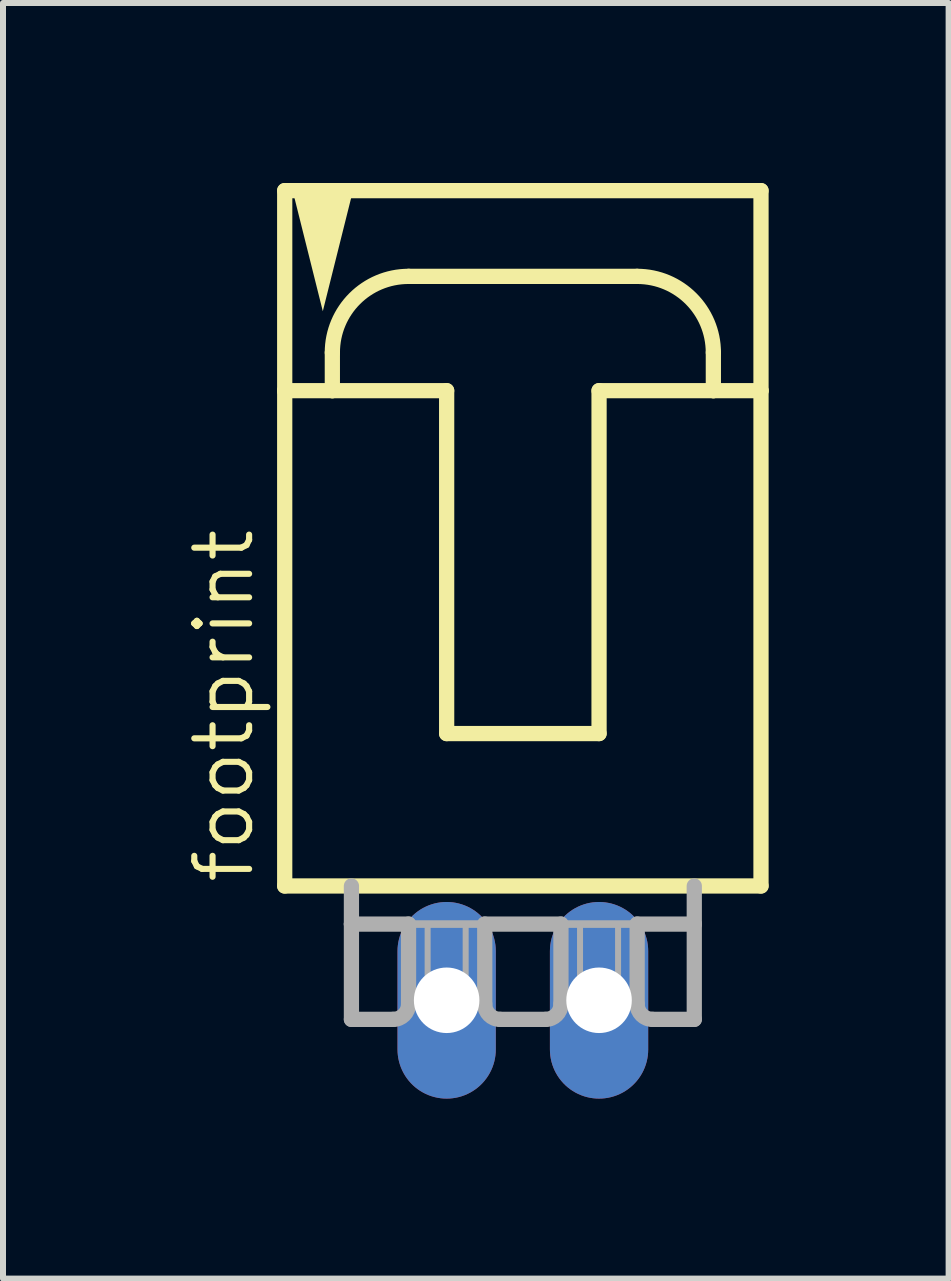
<source format=kicad_pcb>
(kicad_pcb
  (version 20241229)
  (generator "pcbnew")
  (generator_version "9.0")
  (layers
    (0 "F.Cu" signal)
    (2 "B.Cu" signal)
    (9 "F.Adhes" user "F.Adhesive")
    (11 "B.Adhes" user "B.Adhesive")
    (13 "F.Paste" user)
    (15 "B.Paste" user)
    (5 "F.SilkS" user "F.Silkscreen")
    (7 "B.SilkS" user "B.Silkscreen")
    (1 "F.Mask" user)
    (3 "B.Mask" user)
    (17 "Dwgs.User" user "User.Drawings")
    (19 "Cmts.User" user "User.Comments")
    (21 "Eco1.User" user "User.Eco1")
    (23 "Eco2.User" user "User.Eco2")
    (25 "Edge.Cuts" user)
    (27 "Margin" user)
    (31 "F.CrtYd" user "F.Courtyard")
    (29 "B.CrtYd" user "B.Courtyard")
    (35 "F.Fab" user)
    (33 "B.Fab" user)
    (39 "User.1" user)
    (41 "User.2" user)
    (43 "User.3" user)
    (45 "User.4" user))
  (footprint "footprint"
    (layer "F.Cu")
    (at 5.664 6.001)
    (property "Reference" "footprint" (at -4.445 5.715 90) (layer "F.SilkS") (effects (font (size 0.914 0.914) (thickness 0.102)) (justify left bottom)))
    (fp_line (start -3.969 -5.874) (end -3.969 -2.54) (stroke (width 0.254) (type solid)) (layer "F.SilkS"))
    (fp_line (start -3.969 -2.54) (end -3.969 5.715) (stroke (width 0.254) (type solid)) (layer "F.SilkS"))
    (fp_line (start -3.969 -2.54) (end -3.175 -2.54) (stroke (width 0.254) (type solid)) (layer "F.SilkS"))
    (fp_line (start -3.969 5.715) (end 3.969 5.715) (stroke (width 0.254) (type solid)) (layer "F.SilkS"))
    (fp_line (start -3.175 -2.54) (end -3.175 -3.175) (stroke (width 0.254) (type solid)) (layer "F.SilkS"))
    (fp_line (start -3.175 -2.54) (end -1.27 -2.54) (stroke (width 0.254) (type solid)) (layer "F.SilkS"))
    (fp_line (start -1.905 -4.445) (end 1.905 -4.445) (stroke (width 0.254) (type solid)) (layer "F.SilkS"))
    (fp_line (start -1.27 -2.54) (end -1.27 3.175) (stroke (width 0.254) (type solid)) (layer "F.SilkS"))
    (fp_line (start -1.27 3.175) (end 1.27 3.175) (stroke (width 0.254) (type solid)) (layer "F.SilkS"))
    (fp_line (start 1.27 -2.54) (end 3.175 -2.54) (stroke (width 0.254) (type solid)) (layer "F.SilkS"))
    (fp_line (start 1.27 3.175) (end 1.27 -2.54) (stroke (width 0.254) (type solid)) (layer "F.SilkS"))
    (fp_line (start 3.175 -3.175) (end 3.175 -2.54) (stroke (width 0.254) (type solid)) (layer "F.SilkS"))
    (fp_line (start 3.175 -2.54) (end 3.969 -2.54) (stroke (width 0.254) (type solid)) (layer "F.SilkS"))
    (fp_line (start 3.969 -5.874) (end -3.969 -5.874) (stroke (width 0.254) (type solid)) (layer "F.SilkS"))
    (fp_line (start 3.969 -2.54) (end 3.969 -5.874) (stroke (width 0.254) (type solid)) (layer "F.SilkS"))
    (fp_line (start 3.969 5.715) (end 3.969 -2.54) (stroke (width 0.254) (type solid)) (layer "F.SilkS"))
    (fp_arc (start -3.175 -3.175) (mid -2.803026 -4.073026) (end -1.905 -4.445) (stroke (width 0.254) (type solid)) (layer "F.SilkS"))
    (fp_arc (start 1.905 -4.445) (mid 2.803026 -4.073026) (end 3.175 -3.175) (stroke (width 0.254) (type solid)) (layer "F.SilkS"))
    (fp_poly (pts (xy -3.334 -3.864) (xy -3.843 -5.899) (xy -2.825 -5.899)) (stroke (width 0) (type solid)) (fill yes) (layer "F.SilkS"))
    (fp_line (start -2.857 5.715) (end -2.857 6.35) (stroke (width 0.254) (type solid)) (layer "F.Fab"))
    (fp_line (start -2.857 6.35) (end -2.857 7.938) (stroke (width 0.254) (type solid)) (layer "F.Fab"))
    (fp_line (start -2.857 6.35) (end -1.905 6.35) (stroke (width 0.254) (type solid)) (layer "F.Fab"))
    (fp_line (start -2.159 7.938) (end -2.857 7.938) (stroke (width 0.254) (type solid)) (layer "F.Fab"))
    (fp_line (start -1.905 6.35) (end -1.905 7.684) (stroke (width 0.254) (type solid)) (layer "F.Fab"))
    (fp_line (start -1.905 6.35) (end -0.635 6.35) (stroke (width 0.127) (type solid)) (layer "F.Fab"))
    (fp_line (start -0.635 6.35) (end -0.635 7.684) (stroke (width 0.254) (type solid)) (layer "F.Fab"))
    (fp_line (start -0.635 6.35) (end 0.635 6.35) (stroke (width 0.254) (type solid)) (layer "F.Fab"))
    (fp_line (start 0.381 7.938) (end -0.381 7.938) (stroke (width 0.254) (type solid)) (layer "F.Fab"))
    (fp_line (start 0.635 6.35) (end 0.635 7.684) (stroke (width 0.254) (type solid)) (layer "F.Fab"))
    (fp_line (start 0.635 6.35) (end 1.905 6.35) (stroke (width 0.127) (type solid)) (layer "F.Fab"))
    (fp_line (start 1.905 6.35) (end 1.905 7.684) (stroke (width 0.254) (type solid)) (layer "F.Fab"))
    (fp_line (start 1.905 6.35) (end 2.857 6.35) (stroke (width 0.254) (type solid)) (layer "F.Fab"))
    (fp_line (start 2.159 7.938) (end 2.857 7.938) (stroke (width 0.254) (type solid)) (layer "F.Fab"))
    (fp_line (start 2.857 6.35) (end 2.857 5.715) (stroke (width 0.254) (type solid)) (layer "F.Fab"))
    (fp_line (start 2.857 7.938) (end 2.857 6.35) (stroke (width 0.254) (type solid)) (layer "F.Fab"))
    (fp_arc (start -1.905 7.6835) (mid -1.979395 7.863105) (end -2.159 7.9375) (stroke (width 0.254) (type solid)) (layer "F.Fab"))
    (fp_arc (start -0.381 7.9375) (mid -0.560605 7.863105) (end -0.635 7.6835) (stroke (width 0.254) (type solid)) (layer "F.Fab"))
    (fp_arc (start 0.635 7.6835) (mid 0.560605 7.863105) (end 0.381 7.9375) (stroke (width 0.254) (type solid)) (layer "F.Fab"))
    (fp_arc (start 2.159 7.9375) (mid 1.979395 7.863105) (end 1.905 7.6835) (stroke (width 0.254) (type solid)) (layer "F.Fab"))
    (fp_poly (pts (xy -1.587 7.62) (xy -0.953 7.62) (xy -0.953 6.35) (xy -1.587 6.35)) (stroke (width 0.1) (type solid)) (fill no) (layer "F.Fab"))
    (fp_poly (pts (xy 0.953 7.62) (xy 1.587 7.62) (xy 1.587 6.35) (xy 0.953 6.35)) (stroke (width 0.1) (type solid)) (fill no) (layer "F.Fab"))
    (pad "1" thru_hole oval (at -1.27 7.62 90) (size 3.277 1.638) (drill 1.092) (layers "*.Cu" "*.Mask"))
    (pad "2" thru_hole oval (at 1.27 7.62 90) (size 3.277 1.638) (drill 1.092) (layers "*.Cu" "*.Mask")))
  (gr_rect
    (start -3 -3)
    (end 12.76 18.259)
    (stroke (width 0.1) (type default))
    (fill no)
    (layer "Edge.Cuts")))
</source>
